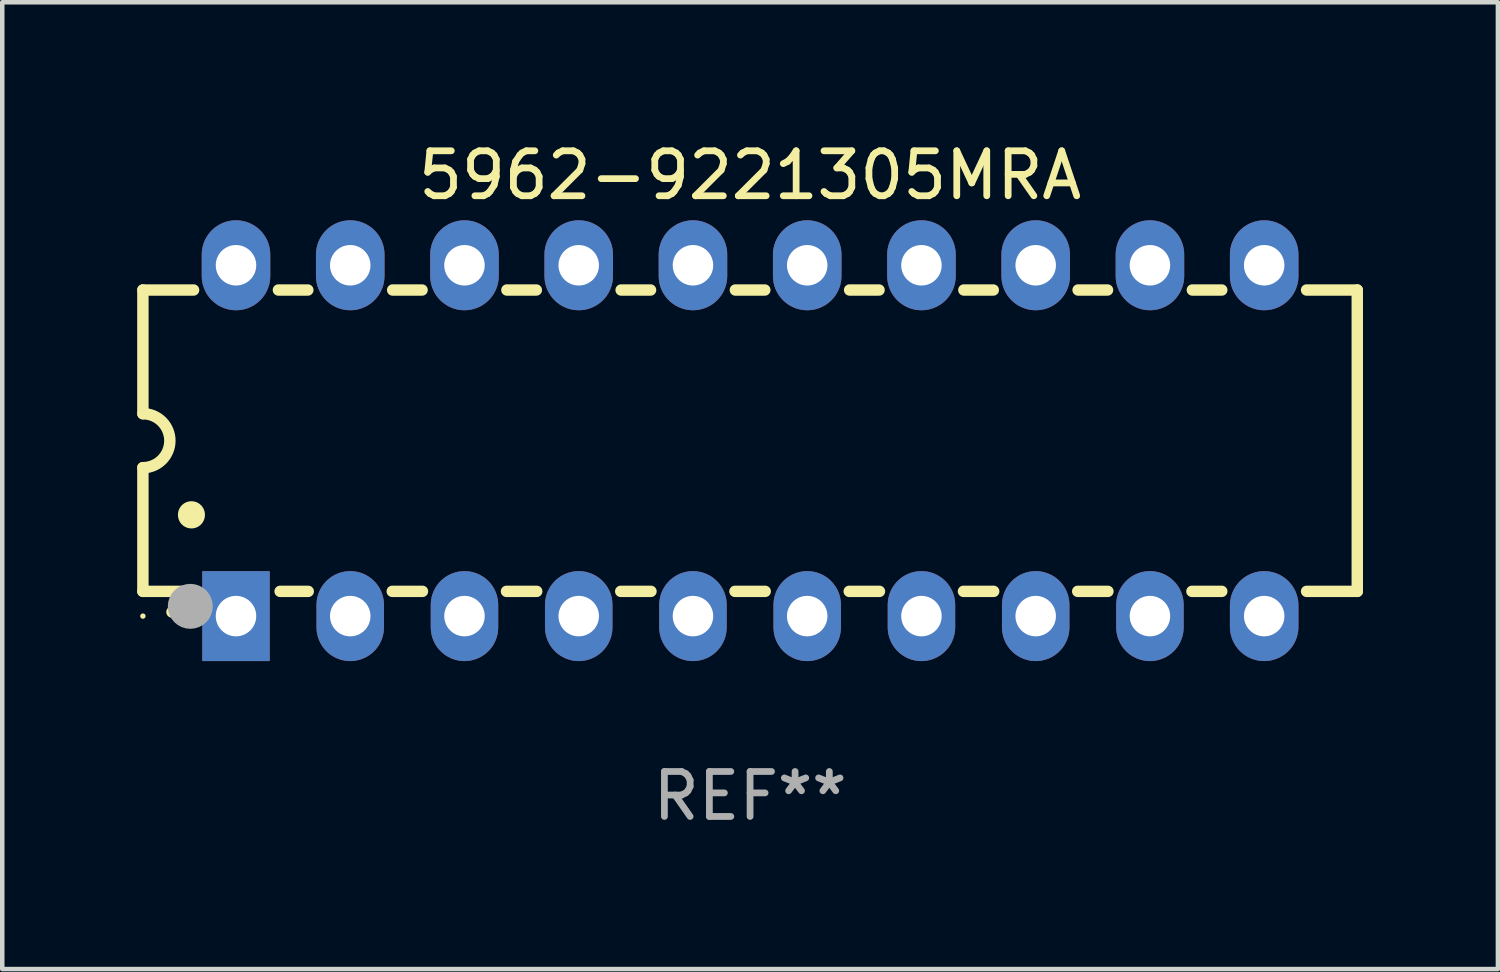
<source format=kicad_pcb>
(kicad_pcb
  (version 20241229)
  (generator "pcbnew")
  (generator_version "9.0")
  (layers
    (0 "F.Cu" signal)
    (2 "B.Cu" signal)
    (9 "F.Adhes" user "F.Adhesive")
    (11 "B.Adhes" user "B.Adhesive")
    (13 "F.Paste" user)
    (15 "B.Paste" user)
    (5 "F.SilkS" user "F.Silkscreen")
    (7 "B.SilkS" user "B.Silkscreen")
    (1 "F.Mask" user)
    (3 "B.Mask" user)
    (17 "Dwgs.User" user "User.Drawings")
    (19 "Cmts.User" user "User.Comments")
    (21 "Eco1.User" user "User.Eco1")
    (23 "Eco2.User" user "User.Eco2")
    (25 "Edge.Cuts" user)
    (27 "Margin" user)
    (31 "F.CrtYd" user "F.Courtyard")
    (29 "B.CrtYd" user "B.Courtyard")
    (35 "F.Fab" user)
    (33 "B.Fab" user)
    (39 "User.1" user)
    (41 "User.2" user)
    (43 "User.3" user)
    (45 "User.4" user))
  (footprint "5962-9221305MRA"
    (layer "F.Cu")
    (at 13.627 6.748)
    (property "Reference" "5962-9221305MRA" (at 0 -5.9 0) (layer "F.SilkS") (effects (font (size 1 1) (thickness 0.15))))
    (attr through_hole)
    (fp_line (start -13.5 -3.35) (end -12.373 -3.35) (stroke (width 0.254) (type solid)) (layer "F.SilkS"))
    (fp_line (start -13.5 -0.6) (end -13.5 -3.35) (stroke (width 0.254) (type solid)) (layer "F.SilkS"))
    (fp_line (start -13.5 3.35) (end -13.5 0.6) (stroke (width 0.254) (type solid)) (layer "F.SilkS"))
    (fp_line (start -13.5 3.35) (end -12.411 3.35) (stroke (width 0.254) (type solid)) (layer "F.SilkS"))
    (fp_line (start -10.487 -3.35) (end -9.833 -3.35) (stroke (width 0.254) (type solid)) (layer "F.SilkS"))
    (fp_line (start -10.449 3.35) (end -9.824 3.35) (stroke (width 0.254) (type solid)) (layer "F.SilkS"))
    (fp_line (start -7.956 3.35) (end -7.284 3.35) (stroke (width 0.254) (type solid)) (layer "F.SilkS"))
    (fp_line (start -7.947 -3.35) (end -7.293 -3.35) (stroke (width 0.254) (type solid)) (layer "F.SilkS"))
    (fp_line (start -5.416 3.35) (end -4.744 3.35) (stroke (width 0.254) (type solid)) (layer "F.SilkS"))
    (fp_line (start -5.407 -3.35) (end -4.753 -3.35) (stroke (width 0.254) (type solid)) (layer "F.SilkS"))
    (fp_line (start -2.876 3.35) (end -2.204 3.35) (stroke (width 0.254) (type solid)) (layer "F.SilkS"))
    (fp_line (start -2.867 -3.35) (end -2.213 -3.35) (stroke (width 0.254) (type solid)) (layer "F.SilkS"))
    (fp_line (start -0.336 3.35) (end 0.336 3.35) (stroke (width 0.254) (type solid)) (layer "F.SilkS"))
    (fp_line (start -0.327 -3.35) (end 0.327 -3.35) (stroke (width 0.254) (type solid)) (layer "F.SilkS"))
    (fp_line (start 2.204 3.35) (end 2.876 3.35) (stroke (width 0.254) (type solid)) (layer "F.SilkS"))
    (fp_line (start 2.213 -3.35) (end 2.867 -3.35) (stroke (width 0.254) (type solid)) (layer "F.SilkS"))
    (fp_line (start 4.744 3.35) (end 5.416 3.35) (stroke (width 0.254) (type solid)) (layer "F.SilkS"))
    (fp_line (start 4.753 -3.35) (end 5.407 -3.35) (stroke (width 0.254) (type solid)) (layer "F.SilkS"))
    (fp_line (start 7.284 3.35) (end 7.956 3.35) (stroke (width 0.254) (type solid)) (layer "F.SilkS"))
    (fp_line (start 7.293 -3.35) (end 7.947 -3.35) (stroke (width 0.254) (type solid)) (layer "F.SilkS"))
    (fp_line (start 9.824 3.35) (end 10.487 3.35) (stroke (width 0.254) (type solid)) (layer "F.SilkS"))
    (fp_line (start 9.833 -3.35) (end 10.487 -3.35) (stroke (width 0.254) (type solid)) (layer "F.SilkS"))
    (fp_line (start 12.373 -3.35) (end 13.5 -3.35) (stroke (width 0.254) (type solid)) (layer "F.SilkS"))
    (fp_line (start 12.373 3.35) (end 13.5 3.35) (stroke (width 0.254) (type solid)) (layer "F.SilkS"))
    (fp_line (start 13.5 -3.35) (end 13.5 3.35) (stroke (width 0.254) (type solid)) (layer "F.SilkS"))
    (fp_arc (start -13.500127 -0.599442) (mid -12.900406 0.000228) (end -13.500025 0.6) (stroke (width 0.254001) (type solid)) (layer "F.SilkS"))
    (fp_arc (start -12.854966 3.810008) (mid -12.854973 3.808738) (end -12.854966 3.807468) (stroke (width 0.25) (type solid)) (layer "F.SilkS"))
    (fp_arc (start -12.420625 1.651003) (mid -12.420636 1.648463) (end -12.420625 1.645923) (stroke (width 0.6) (type solid)) (layer "F.SilkS"))
    (fp_circle (center -13.5 3.9) (end -13.47 3.9) (stroke (width 0.06) (type solid)) (fill no) (layer "F.SilkS"))
    (fp_circle (center -12.446 3.683) (end -12.196 3.683) (stroke (width 0.5) (type solid)) (fill no) (layer "F.Fab"))
    (fp_text user "REF**" (at 0 7.9 0) (layer "F.Fab") (effects (font (size 1 1) (thickness 0.15))))
    (pad "1" thru_hole rect (at -11.43 3.9 90) (size 2 1.5) (drill 0.9) (layers "*.Cu" "*.Mask"))
    (pad "2" thru_hole oval (at -8.89 3.9 90) (size 2 1.5) (drill 0.9) (layers "*.Cu" "*.Mask"))
    (pad "3" thru_hole oval (at -6.35 3.9 90) (size 2 1.5) (drill 0.9) (layers "*.Cu" "*.Mask"))
    (pad "4" thru_hole oval (at -3.81 3.9 90) (size 2 1.5) (drill 0.9) (layers "*.Cu" "*.Mask"))
    (pad "5" thru_hole oval (at -1.27 3.9 90) (size 2 1.5) (drill 0.9) (layers "*.Cu" "*.Mask"))
    (pad "6" thru_hole oval (at 1.27 3.9 90) (size 2 1.5) (drill 0.9) (layers "*.Cu" "*.Mask"))
    (pad "7" thru_hole oval (at 3.81 3.9 90) (size 2 1.5) (drill 0.9) (layers "*.Cu" "*.Mask"))
    (pad "8" thru_hole oval (at 6.35 3.9 90) (size 2 1.5) (drill 0.9) (layers "*.Cu" "*.Mask"))
    (pad "9" thru_hole oval (at 8.89 3.9 90) (size 2 1.5) (drill 0.9) (layers "*.Cu" "*.Mask"))
    (pad "10" thru_hole oval (at 11.43 3.9 90) (size 2 1.524) (drill 0.9) (layers "*.Cu" "*.Mask"))
    (pad "11" thru_hole oval (at 11.43 -3.9 90) (size 2 1.524) (drill 0.9) (layers "*.Cu" "*.Mask"))
    (pad "12" thru_hole oval (at 8.89 -3.9 90) (size 2 1.524) (drill 0.9) (layers "*.Cu" "*.Mask"))
    (pad "13" thru_hole oval (at 6.35 -3.9 90) (size 2 1.524) (drill 0.9) (layers "*.Cu" "*.Mask"))
    (pad "14" thru_hole oval (at 3.81 -3.9 90) (size 2 1.524) (drill 0.9) (layers "*.Cu" "*.Mask"))
    (pad "15" thru_hole oval (at 1.27 -3.9 90) (size 2 1.524) (drill 0.9) (layers "*.Cu" "*.Mask"))
    (pad "16" thru_hole oval (at -1.27 -3.9 90) (size 2 1.524) (drill 0.9) (layers "*.Cu" "*.Mask"))
    (pad "17" thru_hole oval (at -3.81 -3.9 90) (size 2 1.524) (drill 0.9) (layers "*.Cu" "*.Mask"))
    (pad "18" thru_hole oval (at -6.35 -3.9 90) (size 2 1.524) (drill 0.9) (layers "*.Cu" "*.Mask"))
    (pad "19" thru_hole oval (at -8.89 -3.9 90) (size 2 1.524) (drill 0.9) (layers "*.Cu" "*.Mask"))
    (pad "20" thru_hole oval (at -11.43 -3.9 90) (size 2 1.524) (drill 0.9) (layers "*.Cu" "*.Mask")))
  (gr_rect
    (start -3 -3)
    (end 30.254 18.496)
    (stroke (width 0.1) (type default))
    (fill no)
    (layer "Edge.Cuts")))
</source>
